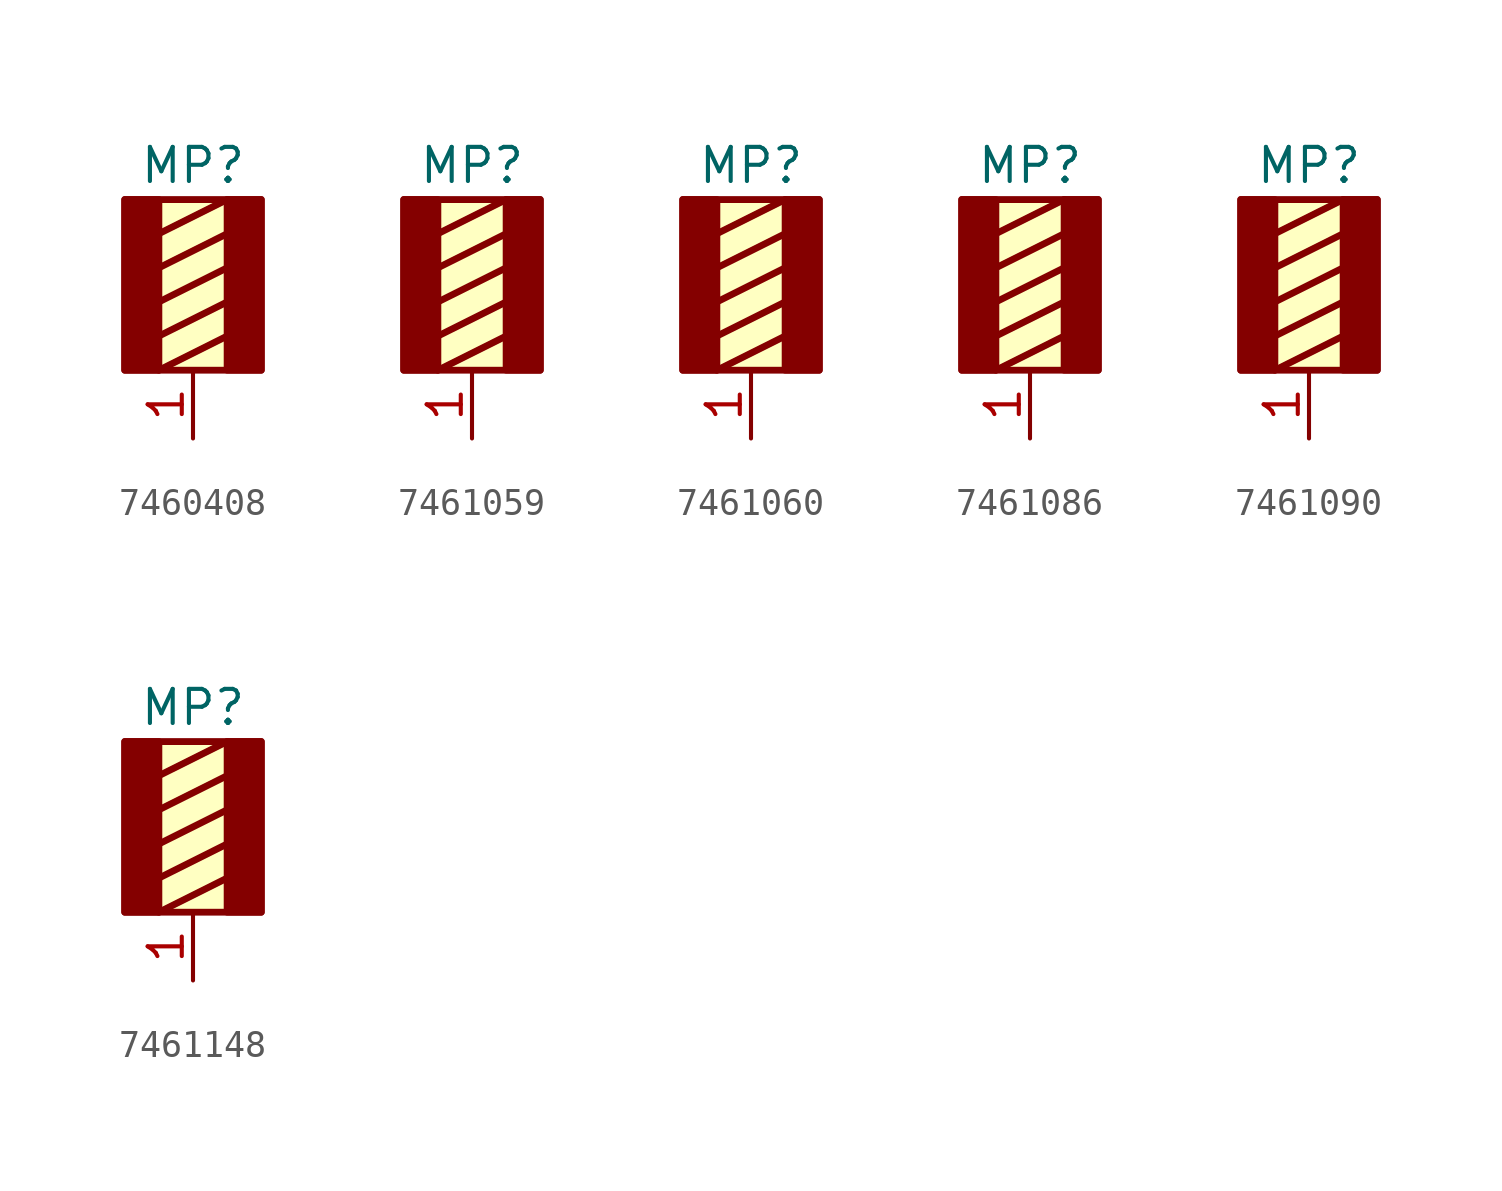
<source format=kicad_sym>
(kicad_symbol_lib
  (version 20220914)
  (generator kicad_symbol_editor)
  (symbol "7460408"
    (pin_names hide)
    (property "Reference" "MP"
      (at 0 5.08 0)
      (effects (font (size 1.27 1.27))))
    (symbol "7460408_0_0"
      (rectangle (start -2.54 3.81) (end 2.54 -2.54) (stroke (width 0.254) (type default)) (fill (type background)))
      (polyline (pts (xy -1.27 2.54) (xy 1.27 3.81)) (stroke (width 0.254) (type default)) (fill (type none)))
      (polyline (pts (xy 1.27 -1.27) (xy -1.27 -2.54)) (stroke (width 0.254) (type default)) (fill (type none)))
      (polyline (pts (xy 1.27 0) (xy -1.27 -1.27)) (stroke (width 0.254) (type default)) (fill (type none)))
      (polyline (pts (xy 1.27 1.27) (xy -1.27 0)) (stroke (width 0.254) (type default)) (fill (type none)))
      (polyline (pts (xy 1.27 2.54) (xy -1.27 1.27)) (stroke (width 0.254) (type default)) (fill (type none))))
    (symbol "7460408_1_0"
      (rectangle (start -2.54 3.81) (end -1.27 -2.54) (stroke (width 0.254) (type default)) (fill (type outline)))
      (rectangle (start 1.27 3.81) (end 2.54 -2.54) (stroke (width 0.254) (type default)) (fill (type outline)))
      (pin passive line (at 0 -5.08 90) (length 2.54) (name "1" (effects (font (size 1.27 1.27)))) (number "1" (effects (font (size 1.27 1.27)))))))
  (symbol "7461059"
    (pin_names hide)
    (property "Reference" "MP"
      (at 0 5.08 0)
      (effects (font (size 1.27 1.27))))
    (symbol "7461059_0_0"
      (rectangle (start -2.54 3.81) (end 2.54 -2.54) (stroke (width 0.254) (type default)) (fill (type background)))
      (polyline (pts (xy -1.27 2.54) (xy 1.27 3.81)) (stroke (width 0.254) (type default)) (fill (type none)))
      (polyline (pts (xy 1.27 -1.27) (xy -1.27 -2.54)) (stroke (width 0.254) (type default)) (fill (type none)))
      (polyline (pts (xy 1.27 0) (xy -1.27 -1.27)) (stroke (width 0.254) (type default)) (fill (type none)))
      (polyline (pts (xy 1.27 1.27) (xy -1.27 0)) (stroke (width 0.254) (type default)) (fill (type none)))
      (polyline (pts (xy 1.27 2.54) (xy -1.27 1.27)) (stroke (width 0.254) (type default)) (fill (type none))))
    (symbol "7461059_1_0"
      (rectangle (start -2.54 3.81) (end -1.27 -2.54) (stroke (width 0.254) (type default)) (fill (type outline)))
      (rectangle (start 1.27 3.81) (end 2.54 -2.54) (stroke (width 0.254) (type default)) (fill (type outline)))
      (pin passive line (at 0 -5.08 90) (length 2.54) (name "1" (effects (font (size 1.27 1.27)))) (number "1" (effects (font (size 1.27 1.27)))))))
  (symbol "7461060"
    (pin_names hide)
    (property "Reference" "MP"
      (at 0 5.08 0)
      (effects (font (size 1.27 1.27))))
    (symbol "7461060_0_0"
      (rectangle (start -2.54 3.81) (end 2.54 -2.54) (stroke (width 0.254) (type default)) (fill (type background)))
      (polyline (pts (xy -1.27 2.54) (xy 1.27 3.81)) (stroke (width 0.254) (type default)) (fill (type none)))
      (polyline (pts (xy 1.27 -1.27) (xy -1.27 -2.54)) (stroke (width 0.254) (type default)) (fill (type none)))
      (polyline (pts (xy 1.27 0) (xy -1.27 -1.27)) (stroke (width 0.254) (type default)) (fill (type none)))
      (polyline (pts (xy 1.27 1.27) (xy -1.27 0)) (stroke (width 0.254) (type default)) (fill (type none)))
      (polyline (pts (xy 1.27 2.54) (xy -1.27 1.27)) (stroke (width 0.254) (type default)) (fill (type none))))
    (symbol "7461060_1_0"
      (rectangle (start -2.54 3.81) (end -1.27 -2.54) (stroke (width 0.254) (type default)) (fill (type outline)))
      (rectangle (start 1.27 3.81) (end 2.54 -2.54) (stroke (width 0.254) (type default)) (fill (type outline)))
      (pin passive line (at 0 -5.08 90) (length 2.54) (name "1" (effects (font (size 1.27 1.27)))) (number "1" (effects (font (size 1.27 1.27)))))))
  (symbol "7461086"
    (pin_names hide)
    (property "Reference" "MP"
      (at 0 5.08 0)
      (effects (font (size 1.27 1.27))))
    (symbol "7461086_0_0"
      (rectangle (start -2.54 3.81) (end 2.54 -2.54) (stroke (width 0.254) (type default)) (fill (type background)))
      (polyline (pts (xy -1.27 2.54) (xy 1.27 3.81)) (stroke (width 0.254) (type default)) (fill (type none)))
      (polyline (pts (xy 1.27 -1.27) (xy -1.27 -2.54)) (stroke (width 0.254) (type default)) (fill (type none)))
      (polyline (pts (xy 1.27 0) (xy -1.27 -1.27)) (stroke (width 0.254) (type default)) (fill (type none)))
      (polyline (pts (xy 1.27 1.27) (xy -1.27 0)) (stroke (width 0.254) (type default)) (fill (type none)))
      (polyline (pts (xy 1.27 2.54) (xy -1.27 1.27)) (stroke (width 0.254) (type default)) (fill (type none))))
    (symbol "7461086_1_0"
      (rectangle (start -2.54 3.81) (end -1.27 -2.54) (stroke (width 0.254) (type default)) (fill (type outline)))
      (rectangle (start 1.27 3.81) (end 2.54 -2.54) (stroke (width 0.254) (type default)) (fill (type outline)))
      (pin passive line (at 0 -5.08 90) (length 2.54) (name "1" (effects (font (size 1.27 1.27)))) (number "1" (effects (font (size 1.27 1.27)))))))
  (symbol "7461090"
    (pin_names hide)
    (property "Reference" "MP"
      (at 0 5.08 0)
      (effects (font (size 1.27 1.27))))
    (symbol "7461090_0_0"
      (rectangle (start -2.54 3.81) (end 2.54 -2.54) (stroke (width 0.254) (type default)) (fill (type background)))
      (polyline (pts (xy -1.27 2.54) (xy 1.27 3.81)) (stroke (width 0.254) (type default)) (fill (type none)))
      (polyline (pts (xy 1.27 -1.27) (xy -1.27 -2.54)) (stroke (width 0.254) (type default)) (fill (type none)))
      (polyline (pts (xy 1.27 0) (xy -1.27 -1.27)) (stroke (width 0.254) (type default)) (fill (type none)))
      (polyline (pts (xy 1.27 1.27) (xy -1.27 0)) (stroke (width 0.254) (type default)) (fill (type none)))
      (polyline (pts (xy 1.27 2.54) (xy -1.27 1.27)) (stroke (width 0.254) (type default)) (fill (type none))))
    (symbol "7461090_1_0"
      (rectangle (start -2.54 3.81) (end -1.27 -2.54) (stroke (width 0.254) (type default)) (fill (type outline)))
      (rectangle (start 1.27 3.81) (end 2.54 -2.54) (stroke (width 0.254) (type default)) (fill (type outline)))
      (pin passive line (at 0 -5.08 90) (length 2.54) (name "1" (effects (font (size 1.27 1.27)))) (number "1" (effects (font (size 1.27 1.27)))))))
  (symbol "7461148"
    (pin_names hide)
    (property "Reference" "MP"
      (at 0 5.08 0)
      (effects (font (size 1.27 1.27))))
    (symbol "7461148_0_0"
      (rectangle (start -2.54 3.81) (end 2.54 -2.54) (stroke (width 0.254) (type default)) (fill (type background)))
      (polyline (pts (xy -1.27 2.54) (xy 1.27 3.81)) (stroke (width 0.254) (type default)) (fill (type none)))
      (polyline (pts (xy 1.27 -1.27) (xy -1.27 -2.54)) (stroke (width 0.254) (type default)) (fill (type none)))
      (polyline (pts (xy 1.27 0) (xy -1.27 -1.27)) (stroke (width 0.254) (type default)) (fill (type none)))
      (polyline (pts (xy 1.27 1.27) (xy -1.27 0)) (stroke (width 0.254) (type default)) (fill (type none)))
      (polyline (pts (xy 1.27 2.54) (xy -1.27 1.27)) (stroke (width 0.254) (type default)) (fill (type none))))
    (symbol "7461148_1_0"
      (rectangle (start -2.54 3.81) (end -1.27 -2.54) (stroke (width 0.254) (type default)) (fill (type outline)))
      (rectangle (start 1.27 3.81) (end 2.54 -2.54) (stroke (width 0.254) (type default)) (fill (type outline)))
      (pin passive line (at 0 -5.08 90) (length 2.54) (name "1" (effects (font (size 1.27 1.27)))) (number "1" (effects (font (size 1.27 1.27))))))))
</source>
